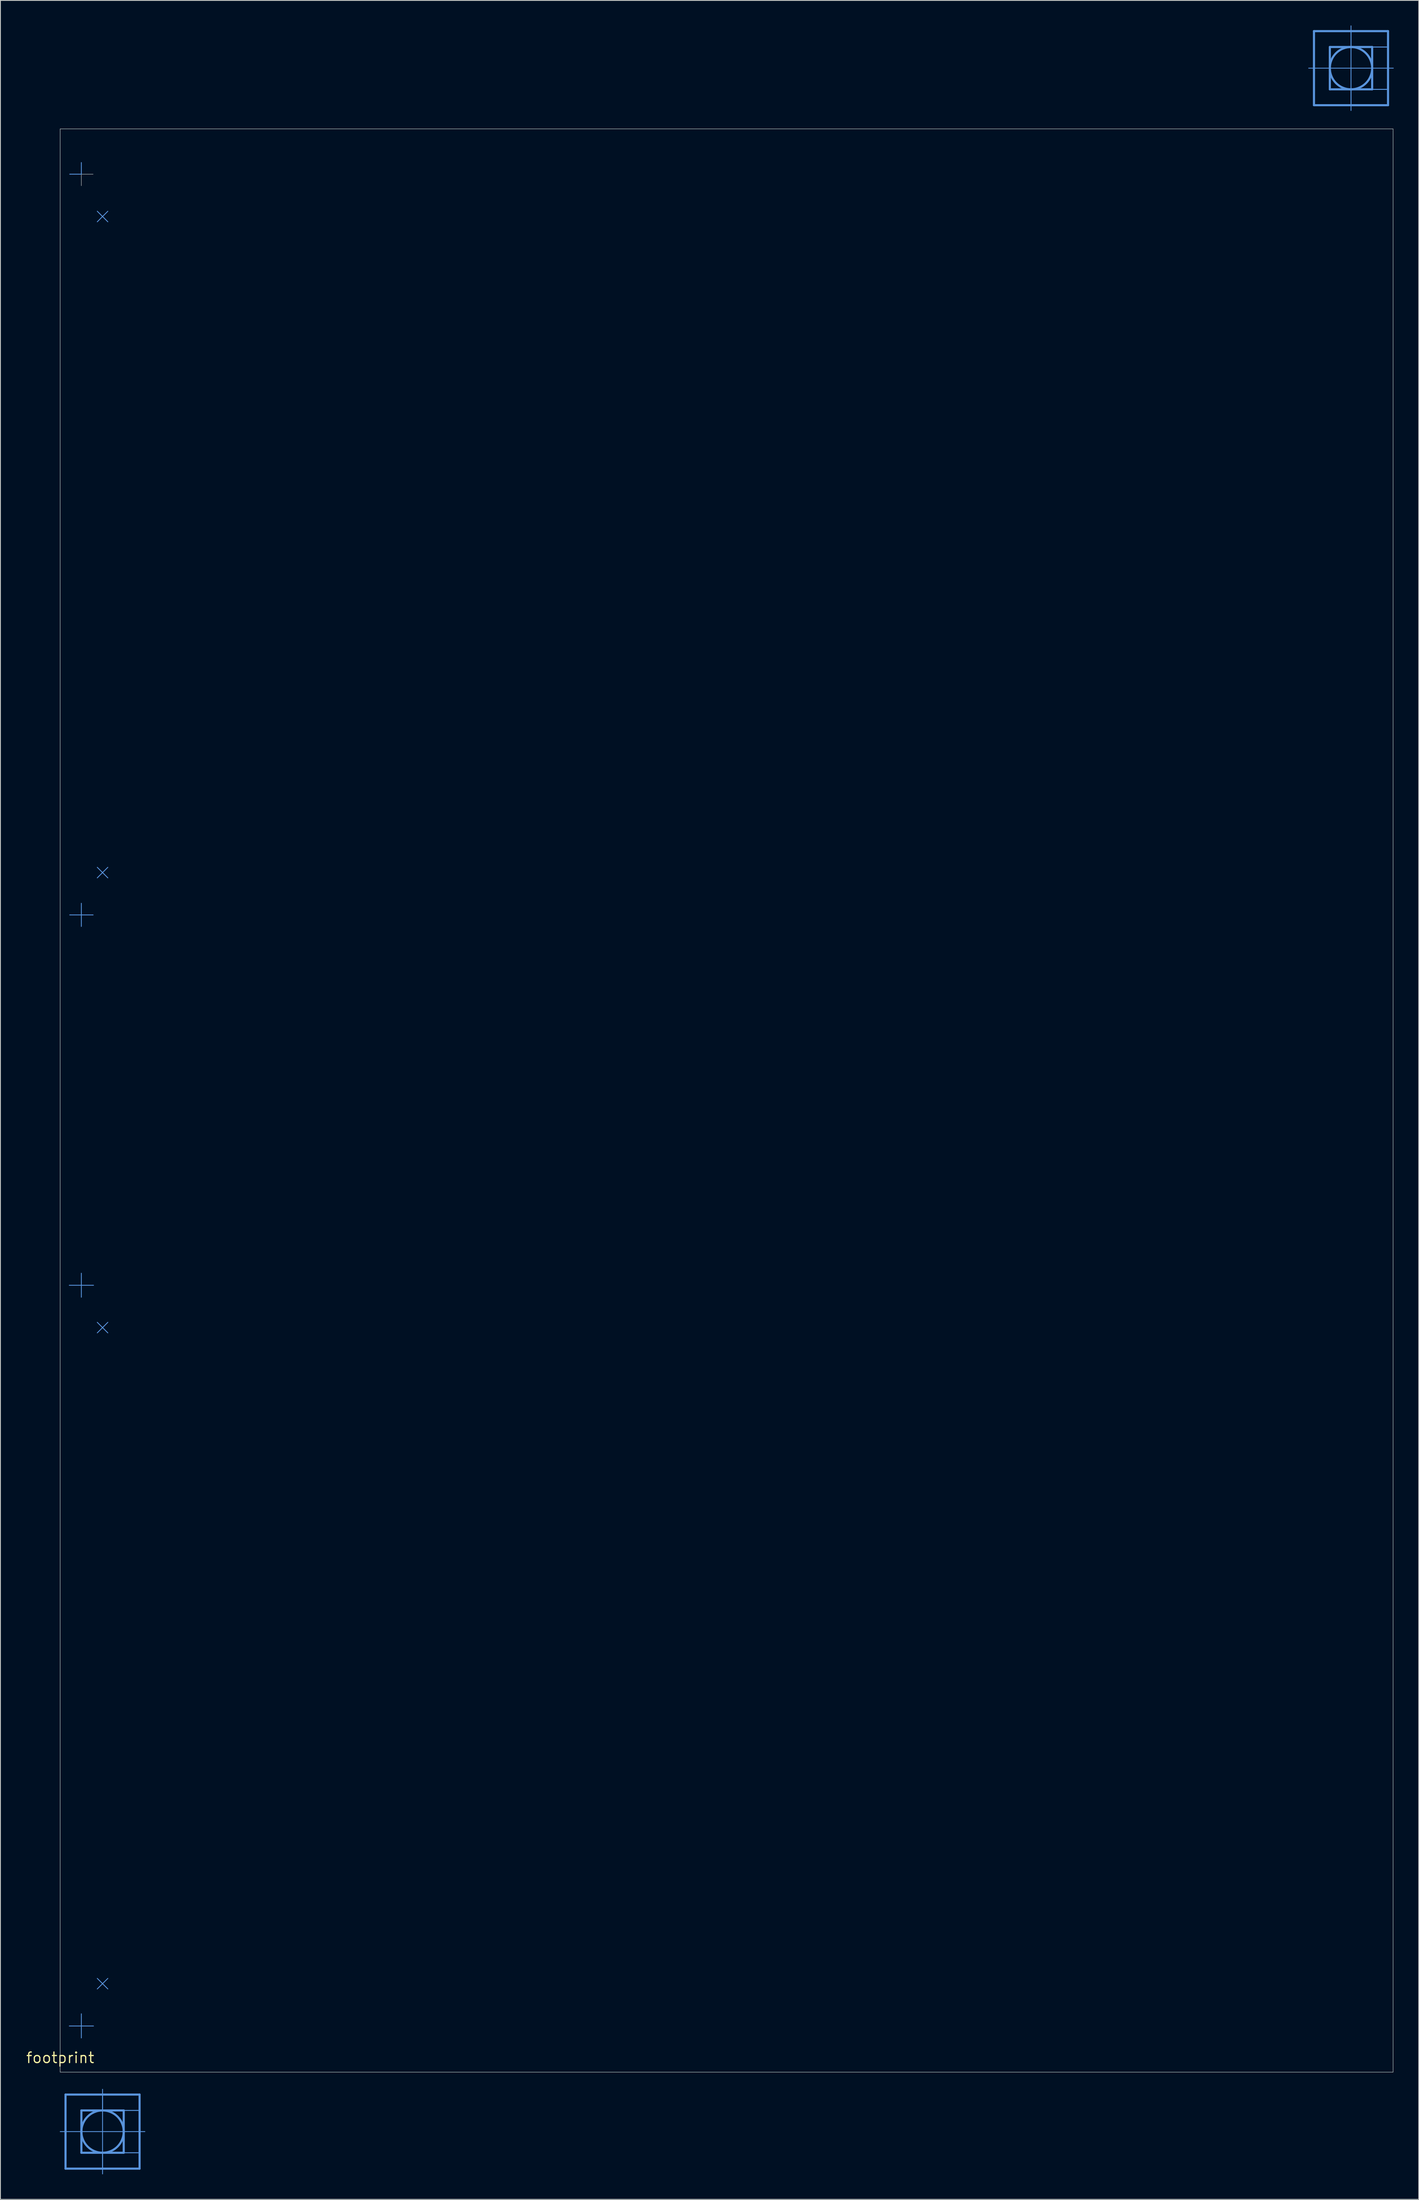
<source format=kicad_pcb>
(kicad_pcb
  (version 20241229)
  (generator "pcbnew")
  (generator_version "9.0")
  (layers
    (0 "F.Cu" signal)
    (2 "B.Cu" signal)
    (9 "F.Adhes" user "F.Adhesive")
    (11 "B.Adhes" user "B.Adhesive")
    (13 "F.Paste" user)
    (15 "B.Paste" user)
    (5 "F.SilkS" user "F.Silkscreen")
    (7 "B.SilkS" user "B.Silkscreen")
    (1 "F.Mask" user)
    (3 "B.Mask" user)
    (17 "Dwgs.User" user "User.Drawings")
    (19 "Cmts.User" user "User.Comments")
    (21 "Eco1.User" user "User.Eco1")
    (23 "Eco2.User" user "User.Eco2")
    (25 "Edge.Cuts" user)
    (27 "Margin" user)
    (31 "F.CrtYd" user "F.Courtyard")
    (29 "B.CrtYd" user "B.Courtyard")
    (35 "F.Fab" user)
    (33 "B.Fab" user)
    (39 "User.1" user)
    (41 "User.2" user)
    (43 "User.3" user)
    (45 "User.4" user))
  (footprint "footprint"
    (layer "F.Cu")
    (at 4.18 243.916)
    (property "Reference" "footprint" (at 0 0 0) (layer "F.SilkS") (effects (font (size 1.27 1.27) (thickness 0.15))))
    (fp_line (start 0 8.865) (end 0.635 8.865) (stroke (width 0.102) (type solid)) (layer "Cmts.User"))
    (fp_line (start 0.635 4.42) (end 9.525 4.42) (stroke (width 0.254) (type solid)) (layer "Cmts.User"))
    (fp_line (start 0.635 8.865) (end 0.635 4.42) (stroke (width 0.254) (type solid)) (layer "Cmts.User"))
    (fp_line (start 0.635 8.865) (end 10.16 8.865) (stroke (width 0.102) (type solid)) (layer "Cmts.User"))
    (fp_line (start 0.635 13.31) (end 0.635 8.865) (stroke (width 0.254) (type solid)) (layer "Cmts.User"))
    (fp_line (start 2.534 -226.06) (end 1.137 -226.06) (stroke (width 0.1) (type solid)) (layer "Cmts.User"))
    (fp_line (start 2.534 -226.06) (end 2.534 -227.457) (stroke (width 0.1) (type solid)) (layer "Cmts.User"))
    (fp_line (start 2.534 -137.16) (end 1.137 -137.16) (stroke (width 0.1) (type solid)) (layer "Cmts.User"))
    (fp_line (start 2.534 -137.16) (end 2.534 -138.557) (stroke (width 0.1) (type solid)) (layer "Cmts.User"))
    (fp_line (start 2.534 -137.16) (end 2.534 -135.774) (stroke (width 0.1) (type solid)) (layer "Cmts.User"))
    (fp_line (start 2.534 -137.16) (end 3.948 -137.16) (stroke (width 0.1) (type solid)) (layer "Cmts.User"))
    (fp_line (start 2.534 -92.71) (end 1.087 -92.71) (stroke (width 0.1) (type solid)) (layer "Cmts.User"))
    (fp_line (start 2.534 -92.71) (end 2.534 -94.157) (stroke (width 0.1) (type solid)) (layer "Cmts.User"))
    (fp_line (start 2.534 -92.71) (end 2.534 -91.274) (stroke (width 0.1) (type solid)) (layer "Cmts.User"))
    (fp_line (start 2.534 -92.71) (end 3.998 -92.71) (stroke (width 0.1) (type solid)) (layer "Cmts.User"))
    (fp_line (start 2.534 -3.81) (end 1.087 -3.81) (stroke (width 0.1) (type solid)) (layer "Cmts.User"))
    (fp_line (start 2.534 -3.81) (end 2.534 -5.274) (stroke (width 0.1) (type solid)) (layer "Cmts.User"))
    (fp_line (start 2.534 -3.81) (end 2.534 -2.374) (stroke (width 0.1) (type solid)) (layer "Cmts.User"))
    (fp_line (start 2.534 -3.81) (end 3.992 -3.81) (stroke (width 0.1) (type solid)) (layer "Cmts.User"))
    (fp_line (start 2.54 6.325) (end 2.54 11.405) (stroke (width 0.254) (type solid)) (layer "Cmts.User"))
    (fp_line (start 2.54 11.405) (end 7.62 11.405) (stroke (width 0.254) (type solid)) (layer "Cmts.User"))
    (fp_line (start 4.445 -221.615) (end 5.715 -220.345) (stroke (width 0.1) (type solid)) (layer "Cmts.User"))
    (fp_line (start 4.445 -220.345) (end 5.715 -221.615) (stroke (width 0.1) (type solid)) (layer "Cmts.User"))
    (fp_line (start 4.445 -142.875) (end 5.715 -141.605) (stroke (width 0.1) (type solid)) (layer "Cmts.User"))
    (fp_line (start 4.445 -141.605) (end 5.715 -142.875) (stroke (width 0.1) (type solid)) (layer "Cmts.User"))
    (fp_line (start 4.445 -88.265) (end 5.715 -86.995) (stroke (width 0.1) (type solid)) (layer "Cmts.User"))
    (fp_line (start 4.445 -86.995) (end 5.715 -88.265) (stroke (width 0.1) (type solid)) (layer "Cmts.User"))
    (fp_line (start 4.445 -9.525) (end 5.715 -8.255) (stroke (width 0.1) (type solid)) (layer "Cmts.User"))
    (fp_line (start 4.445 -8.255) (end 5.715 -9.525) (stroke (width 0.1) (type solid)) (layer "Cmts.User"))
    (fp_line (start 5.08 13.945) (end 5.08 3.785) (stroke (width 0.102) (type solid)) (layer "Cmts.User"))
    (fp_line (start 7.62 6.325) (end 2.54 6.325) (stroke (width 0.254) (type solid)) (layer "Cmts.User"))
    (fp_line (start 7.62 11.405) (end 7.62 6.325) (stroke (width 0.254) (type solid)) (layer "Cmts.User"))
    (fp_line (start 9.525 4.42) (end 9.525 13.31) (stroke (width 0.254) (type solid)) (layer "Cmts.User"))
    (fp_line (start 9.525 13.31) (end 0.635 13.31) (stroke (width 0.254) (type solid)) (layer "Cmts.User"))
    (fp_line (start 149.86 -238.785) (end 150.495 -238.785) (stroke (width 0.102) (type solid)) (layer "Cmts.User"))
    (fp_line (start 150.495 -243.23) (end 159.385 -243.23) (stroke (width 0.254) (type solid)) (layer "Cmts.User"))
    (fp_line (start 150.495 -238.785) (end 150.495 -243.23) (stroke (width 0.254) (type solid)) (layer "Cmts.User"))
    (fp_line (start 150.495 -238.785) (end 160.02 -238.785) (stroke (width 0.102) (type solid)) (layer "Cmts.User"))
    (fp_line (start 150.495 -234.34) (end 150.495 -238.785) (stroke (width 0.254) (type solid)) (layer "Cmts.User"))
    (fp_line (start 152.4 -241.325) (end 152.4 -236.245) (stroke (width 0.254) (type solid)) (layer "Cmts.User"))
    (fp_line (start 152.4 -236.245) (end 157.48 -236.245) (stroke (width 0.254) (type solid)) (layer "Cmts.User"))
    (fp_line (start 154.94 -233.705) (end 154.94 -243.865) (stroke (width 0.102) (type solid)) (layer "Cmts.User"))
    (fp_line (start 157.48 -241.325) (end 152.4 -241.325) (stroke (width 0.254) (type solid)) (layer "Cmts.User"))
    (fp_line (start 157.48 -236.245) (end 157.48 -241.325) (stroke (width 0.254) (type solid)) (layer "Cmts.User"))
    (fp_line (start 159.385 -243.23) (end 159.385 -234.34) (stroke (width 0.254) (type solid)) (layer "Cmts.User"))
    (fp_line (start 159.385 -234.34) (end 150.495 -234.34) (stroke (width 0.254) (type solid)) (layer "Cmts.User"))
    (fp_circle (center 2.534 -226.06) (end 3.931 -226.06) (stroke (width 0.001) (type solid)) (fill no) (layer "Cmts.User"))
    (fp_circle (center 2.534 -137.16) (end 3.931 -137.16) (stroke (width 0.001) (type solid)) (fill no) (layer "Cmts.User"))
    (fp_circle (center 2.534 -92.71) (end 3.931 -92.71) (stroke (width 0.001) (type solid)) (fill no) (layer "Cmts.User"))
    (fp_circle (center 2.534 -3.81) (end 3.931 -3.81) (stroke (width 0.001) (type solid)) (fill no) (layer "Cmts.User"))
    (fp_circle (center 5.08 8.865) (end 7.62 8.865) (stroke (width 0.254) (type solid)) (fill no) (layer "Cmts.User"))
    (fp_circle (center 154.94 -238.785) (end 157.48 -238.785) (stroke (width 0.254) (type solid)) (fill no) (layer "Cmts.User"))
    (fp_poly (pts (xy 5.08 6.325) (xy 9.525 6.325) (xy 9.525 4.42) (xy 5.08 4.42)) (stroke (width 0.1) (type solid)) (fill no) (layer "Cmts.User"))
    (fp_poly (pts (xy 5.08 13.31) (xy 9.525 13.31) (xy 9.525 11.405) (xy 5.08 11.405)) (stroke (width 0.1) (type solid)) (fill no) (layer "Cmts.User"))
    (fp_poly (pts (xy 7.62 11.405) (xy 9.525 11.405) (xy 9.525 6.325) (xy 7.62 6.325)) (stroke (width 0.1) (type solid)) (fill no) (layer "Cmts.User"))
    (fp_poly (pts (xy 154.94 -241.325) (xy 159.385 -241.325) (xy 159.385 -243.23) (xy 154.94 -243.23)) (stroke (width 0.1) (type solid)) (fill no) (layer "Cmts.User"))
    (fp_poly (pts (xy 154.94 -234.34) (xy 159.385 -234.34) (xy 159.385 -236.245) (xy 154.94 -236.245)) (stroke (width 0.1) (type solid)) (fill no) (layer "Cmts.User"))
    (fp_poly (pts (xy 157.48 -236.245) (xy 159.385 -236.245) (xy 159.385 -241.325) (xy 157.48 -241.325)) (stroke (width 0.1) (type solid)) (fill no) (layer "Cmts.User"))
    (fp_line (start -0.006 -231.496) (end -0.006 1.727) (stroke (width 0.05) (type solid)) (layer "Edge.Cuts"))
    (fp_line (start -0.006 1.727) (end 159.994 1.727) (stroke (width 0.05) (type solid)) (layer "Edge.Cuts"))
    (fp_line (start 2.534 -226.06) (end 2.534 -224.674) (stroke (width 0.05) (type solid)) (layer "Edge.Cuts"))
    (fp_line (start 2.534 -226.06) (end 3.948 -226.06) (stroke (width 0.05) (type solid)) (layer "Edge.Cuts"))
    (fp_line (start 159.994 -231.496) (end -0.006 -231.496) (stroke (width 0.05) (type solid)) (layer "Edge.Cuts"))
    (fp_line (start 159.994 -231.496) (end 159.994 1.727) (stroke (width 0.05) (type solid)) (layer "Edge.Cuts"))
    (zone (net_name "") (layer "F.Cu") (hatch edge 0.508) (connect_pads) (min_thickness 0.254) (filled_areas_thickness no) (keepout (tracks not_allowed) (vias not_allowed) (pads not_allowed) (copperpour not_allowed) (footprints allowed)) (placement (enabled no)) (fill) (polygon (pts (xy 4.174 14.921) (xy 164.174 14.921) (xy 164.174 12.421) (xy 4.174 12.421))))
    (zone (net_name "") (layer "F.Cu") (hatch edge 0.508) (connect_pads) (min_thickness 0.254) (filled_areas_thickness no) (keepout (tracks not_allowed) (vias not_allowed) (pads not_allowed) (copperpour not_allowed) (footprints allowed)) (placement (enabled no)) (fill) (polygon (pts (xy 4.174 245.643) (xy 164.174 245.643) (xy 164.174 243.143) (xy 4.174 243.143))))
    (zone (net_name "") (layer "B.Cu") (hatch edge 0.508) (connect_pads) (min_thickness 0.254) (filled_areas_thickness no) (keepout (tracks not_allowed) (vias not_allowed) (pads not_allowed) (copperpour not_allowed) (footprints allowed)) (placement (enabled no)) (fill) (polygon (pts (xy 4.174 14.921) (xy 164.174 14.921) (xy 164.174 12.421) (xy 4.174 12.421))))
    (zone (net_name "") (layer "B.Cu") (hatch edge 0.508) (connect_pads) (min_thickness 0.254) (filled_areas_thickness no) (keepout (tracks not_allowed) (vias not_allowed) (pads not_allowed) (copperpour not_allowed) (footprints allowed)) (placement (enabled no)) (fill) (polygon (pts (xy 4.174 245.643) (xy 164.174 245.643) (xy 164.174 243.143) (xy 4.174 243.143)))))
  (gr_rect
    (start -3 -3)
    (end 167.251 260.912)
    (stroke (width 0.1) (type default))
    (fill no)
    (layer "Edge.Cuts")))
</source>
